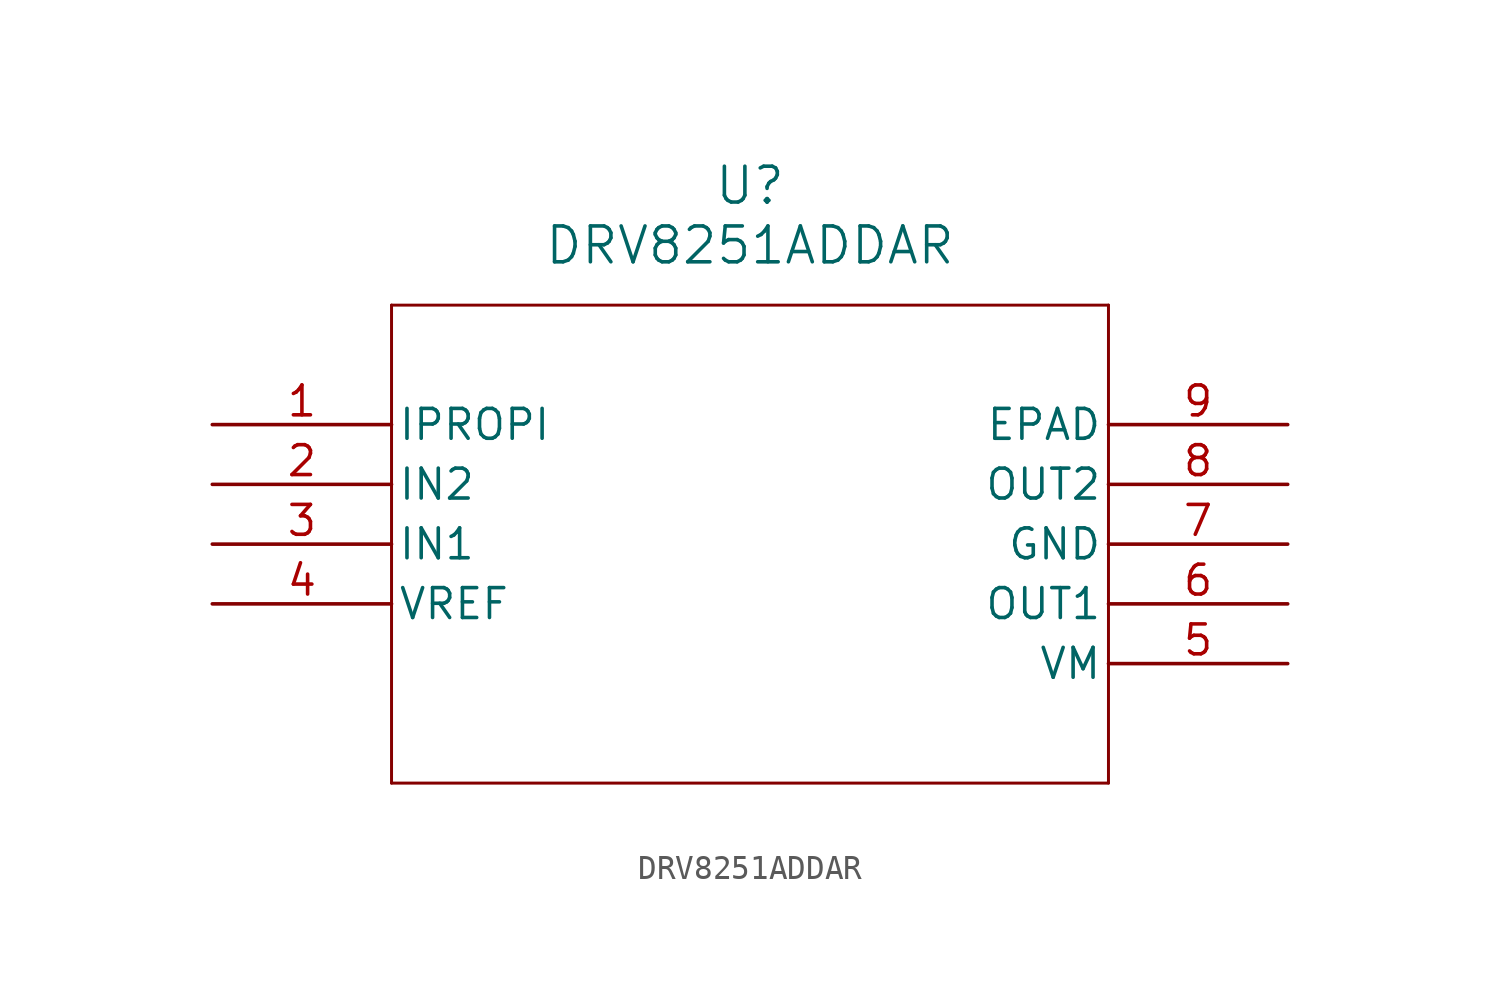
<source format=kicad_sym>
(kicad_symbol_lib
  (version 20220914)
  (generator kicad_symbol_editor)
  (symbol "DRV8251ADDAR"
    (pin_names
      (offset 0.254))
    (property "Reference" "U"
      (at 22.86 10.16 0)
      (effects (font (size 1.524 1.524))))
    (property "Value" "DRV8251ADDAR"
      (at 22.86 7.62 0)
      (effects (font (size 1.524 1.524))))
    (property "ki_locked" ""
      (at 0 0 0)
      (effects (font (size 1.27 1.27))))
    (symbol "DRV8251ADDAR_0_1"
      (polyline (pts (xy 7.62 -15.24) (xy 38.1 -15.24)) (stroke (width 0.127) (type default)) (fill (type none)))
      (polyline (pts (xy 7.62 5.08) (xy 7.62 -15.24)) (stroke (width 0.127) (type default)) (fill (type none)))
      (polyline (pts (xy 38.1 -15.24) (xy 38.1 5.08)) (stroke (width 0.127) (type default)) (fill (type none)))
      (polyline (pts (xy 38.1 5.08) (xy 7.62 5.08)) (stroke (width 0.127) (type default)) (fill (type none)))
      (pin input line (at 0 -2.54 0) (length 7.62) (name "IN2" (effects (font (size 1.27 1.27)))) (number "2" (effects (font (size 1.27 1.27)))))
      (pin input line (at 0 -5.08 0) (length 7.62) (name "IN1" (effects (font (size 1.27 1.27)))) (number "3" (effects (font (size 1.27 1.27)))))
      (pin power_in line (at 45.72 -10.16 180) (length 7.62) (name "VM" (effects (font (size 1.27 1.27)))) (number "5" (effects (font (size 1.27 1.27)))))
      (pin output line (at 45.72 -7.62 180) (length 7.62) (name "OUT1" (effects (font (size 1.27 1.27)))) (number "6" (effects (font (size 1.27 1.27)))))
      (pin output line (at 45.72 -2.54 180) (length 7.62) (name "OUT2" (effects (font (size 1.27 1.27)))) (number "8" (effects (font (size 1.27 1.27))))))
    (symbol "DRV8251ADDAR_1_1"
      (pin output line (at 0 0 0) (length 7.62) (name "IPROPI" (effects (font (size 1.27 1.27)))) (number "1" (effects (font (size 1.27 1.27)))))
      (pin input line (at 0 -7.62 0) (length 7.62) (name "VREF" (effects (font (size 1.27 1.27)))) (number "4" (effects (font (size 1.27 1.27)))))
      (pin power_in line (at 45.72 -5.08 180) (length 7.62) (name "GND" (effects (font (size 1.27 1.27)))) (number "7" (effects (font (size 1.27 1.27)))))
      (pin passive line (at 45.72 0 180) (length 7.62) (name "EPAD" (effects (font (size 1.27 1.27)))) (number "9" (effects (font (size 1.27 1.27))))))))
</source>
